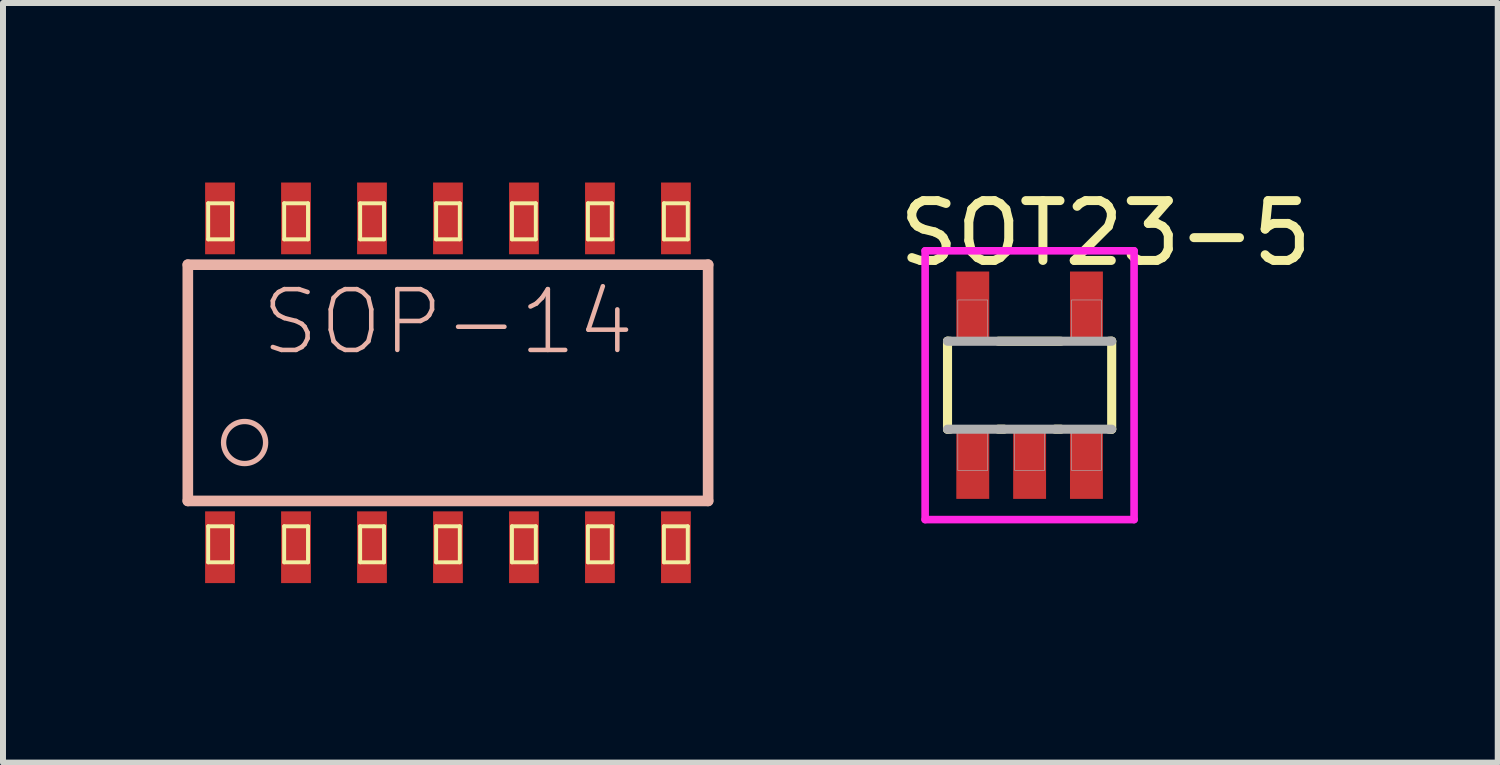
<source format=kicad_pcb>
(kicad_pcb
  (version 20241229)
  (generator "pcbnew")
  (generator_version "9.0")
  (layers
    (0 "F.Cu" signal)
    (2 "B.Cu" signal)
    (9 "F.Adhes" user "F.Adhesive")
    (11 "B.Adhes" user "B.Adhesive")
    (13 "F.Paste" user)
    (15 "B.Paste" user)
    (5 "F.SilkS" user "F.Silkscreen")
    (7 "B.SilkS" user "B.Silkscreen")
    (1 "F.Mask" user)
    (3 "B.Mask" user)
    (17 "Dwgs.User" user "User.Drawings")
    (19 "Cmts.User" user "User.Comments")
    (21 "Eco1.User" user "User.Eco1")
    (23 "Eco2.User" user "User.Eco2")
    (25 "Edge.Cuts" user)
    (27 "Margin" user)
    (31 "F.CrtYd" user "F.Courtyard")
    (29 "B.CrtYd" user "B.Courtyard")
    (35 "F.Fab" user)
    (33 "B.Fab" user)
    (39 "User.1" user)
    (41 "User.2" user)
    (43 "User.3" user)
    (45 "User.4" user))
  (footprint "SOP-14"
    (layer "F.Cu")
    (at 4.437 3.348)
    (property "Reference" "SOP-14" (at 0 -1.016 180) (layer "B.SilkS") (effects (font (size 1.016 1.016) (thickness 0.076))))
    (attr smd)
    (fp_line (start -4.008 -3) (end -3.609 -3) (stroke (width 0.066) (type solid)) (layer "F.SilkS"))
    (fp_line (start -4.008 -2.398) (end -4.008 -3) (stroke (width 0.066) (type solid)) (layer "F.SilkS"))
    (fp_line (start -4.008 -2.398) (end -3.609 -2.398) (stroke (width 0.066) (type solid)) (layer "F.SilkS"))
    (fp_line (start -4.008 2.398) (end -3.609 2.398) (stroke (width 0.066) (type solid)) (layer "F.SilkS"))
    (fp_line (start -4.008 3) (end -4.008 2.398) (stroke (width 0.066) (type solid)) (layer "F.SilkS"))
    (fp_line (start -4.008 3) (end -3.609 3) (stroke (width 0.066) (type solid)) (layer "F.SilkS"))
    (fp_line (start -3.609 -2.398) (end -3.609 -3) (stroke (width 0.066) (type solid)) (layer "F.SilkS"))
    (fp_line (start -3.609 3) (end -3.609 2.398) (stroke (width 0.066) (type solid)) (layer "F.SilkS"))
    (fp_line (start -2.738 -3) (end -2.339 -3) (stroke (width 0.066) (type solid)) (layer "F.SilkS"))
    (fp_line (start -2.738 -2.398) (end -2.738 -3) (stroke (width 0.066) (type solid)) (layer "F.SilkS"))
    (fp_line (start -2.738 -2.398) (end -2.339 -2.398) (stroke (width 0.066) (type solid)) (layer "F.SilkS"))
    (fp_line (start -2.738 2.398) (end -2.339 2.398) (stroke (width 0.066) (type solid)) (layer "F.SilkS"))
    (fp_line (start -2.738 3) (end -2.738 2.398) (stroke (width 0.066) (type solid)) (layer "F.SilkS"))
    (fp_line (start -2.738 3) (end -2.339 3) (stroke (width 0.066) (type solid)) (layer "F.SilkS"))
    (fp_line (start -2.339 -2.398) (end -2.339 -3) (stroke (width 0.066) (type solid)) (layer "F.SilkS"))
    (fp_line (start -2.339 3) (end -2.339 2.398) (stroke (width 0.066) (type solid)) (layer "F.SilkS"))
    (fp_line (start -1.468 -3) (end -1.069 -3) (stroke (width 0.066) (type solid)) (layer "F.SilkS"))
    (fp_line (start -1.468 -2.398) (end -1.468 -3) (stroke (width 0.066) (type solid)) (layer "F.SilkS"))
    (fp_line (start -1.468 -2.398) (end -1.069 -2.398) (stroke (width 0.066) (type solid)) (layer "F.SilkS"))
    (fp_line (start -1.468 2.398) (end -1.069 2.398) (stroke (width 0.066) (type solid)) (layer "F.SilkS"))
    (fp_line (start -1.468 3) (end -1.468 2.398) (stroke (width 0.066) (type solid)) (layer "F.SilkS"))
    (fp_line (start -1.468 3) (end -1.069 3) (stroke (width 0.066) (type solid)) (layer "F.SilkS"))
    (fp_line (start -1.069 -2.398) (end -1.069 -3) (stroke (width 0.066) (type solid)) (layer "F.SilkS"))
    (fp_line (start -1.069 3) (end -1.069 2.398) (stroke (width 0.066) (type solid)) (layer "F.SilkS"))
    (fp_line (start -0.198 -3) (end 0.198 -3) (stroke (width 0.066) (type solid)) (layer "F.SilkS"))
    (fp_line (start -0.198 -2.398) (end -0.198 -3) (stroke (width 0.066) (type solid)) (layer "F.SilkS"))
    (fp_line (start -0.198 -2.398) (end 0.198 -2.398) (stroke (width 0.066) (type solid)) (layer "F.SilkS"))
    (fp_line (start -0.198 2.398) (end 0.198 2.398) (stroke (width 0.066) (type solid)) (layer "F.SilkS"))
    (fp_line (start -0.198 3) (end -0.198 2.398) (stroke (width 0.066) (type solid)) (layer "F.SilkS"))
    (fp_line (start -0.198 3) (end 0.198 3) (stroke (width 0.066) (type solid)) (layer "F.SilkS"))
    (fp_line (start 0.198 -2.398) (end 0.198 -3) (stroke (width 0.066) (type solid)) (layer "F.SilkS"))
    (fp_line (start 0.198 3) (end 0.198 2.398) (stroke (width 0.066) (type solid)) (layer "F.SilkS"))
    (fp_line (start 1.069 -3) (end 1.468 -3) (stroke (width 0.066) (type solid)) (layer "F.SilkS"))
    (fp_line (start 1.069 -2.398) (end 1.069 -3) (stroke (width 0.066) (type solid)) (layer "F.SilkS"))
    (fp_line (start 1.069 -2.398) (end 1.468 -2.398) (stroke (width 0.066) (type solid)) (layer "F.SilkS"))
    (fp_line (start 1.069 2.398) (end 1.468 2.398) (stroke (width 0.066) (type solid)) (layer "F.SilkS"))
    (fp_line (start 1.069 3) (end 1.069 2.398) (stroke (width 0.066) (type solid)) (layer "F.SilkS"))
    (fp_line (start 1.069 3) (end 1.468 3) (stroke (width 0.066) (type solid)) (layer "F.SilkS"))
    (fp_line (start 1.468 -2.398) (end 1.468 -3) (stroke (width 0.066) (type solid)) (layer "F.SilkS"))
    (fp_line (start 1.468 3) (end 1.468 2.398) (stroke (width 0.066) (type solid)) (layer "F.SilkS"))
    (fp_line (start 2.339 -3) (end 2.738 -3) (stroke (width 0.066) (type solid)) (layer "F.SilkS"))
    (fp_line (start 2.339 -2.398) (end 2.339 -3) (stroke (width 0.066) (type solid)) (layer "F.SilkS"))
    (fp_line (start 2.339 -2.398) (end 2.738 -2.398) (stroke (width 0.066) (type solid)) (layer "F.SilkS"))
    (fp_line (start 2.339 2.398) (end 2.738 2.398) (stroke (width 0.066) (type solid)) (layer "F.SilkS"))
    (fp_line (start 2.339 3) (end 2.339 2.398) (stroke (width 0.066) (type solid)) (layer "F.SilkS"))
    (fp_line (start 2.339 3) (end 2.738 3) (stroke (width 0.066) (type solid)) (layer "F.SilkS"))
    (fp_line (start 2.738 -2.398) (end 2.738 -3) (stroke (width 0.066) (type solid)) (layer "F.SilkS"))
    (fp_line (start 2.738 3) (end 2.738 2.398) (stroke (width 0.066) (type solid)) (layer "F.SilkS"))
    (fp_line (start 3.609 -3) (end 4.008 -3) (stroke (width 0.066) (type solid)) (layer "F.SilkS"))
    (fp_line (start 3.609 -2.398) (end 3.609 -3) (stroke (width 0.066) (type solid)) (layer "F.SilkS"))
    (fp_line (start 3.609 -2.398) (end 4.008 -2.398) (stroke (width 0.066) (type solid)) (layer "F.SilkS"))
    (fp_line (start 3.609 2.398) (end 4.008 2.398) (stroke (width 0.066) (type solid)) (layer "F.SilkS"))
    (fp_line (start 3.609 3) (end 3.609 2.398) (stroke (width 0.066) (type solid)) (layer "F.SilkS"))
    (fp_line (start 3.609 3) (end 4.008 3) (stroke (width 0.066) (type solid)) (layer "F.SilkS"))
    (fp_line (start 4.008 -2.398) (end 4.008 -3) (stroke (width 0.066) (type solid)) (layer "F.SilkS"))
    (fp_line (start 4.008 3) (end 4.008 2.398) (stroke (width 0.066) (type solid)) (layer "F.SilkS"))
    (fp_line (start -4.348 -1.974) (end 4.348 -1.974) (stroke (width 0.178) (type solid)) (layer "B.SilkS"))
    (fp_line (start -4.348 1.974) (end -4.348 -1.974) (stroke (width 0.178) (type solid)) (layer "B.SilkS"))
    (fp_line (start 4.348 -1.974) (end 4.348 1.974) (stroke (width 0.178) (type solid)) (layer "B.SilkS"))
    (fp_line (start 4.348 1.974) (end -4.348 1.974) (stroke (width 0.178) (type solid)) (layer "B.SilkS"))
    (fp_circle (center -3.399 0.998) (end -3.647 1.247) (stroke (width 0.089) (type solid)) (fill no) (layer "B.SilkS"))
    (pad "1" smd rect (at -3.81 2.748 180) (size 0.498 1.199) (layers "F.Cu" "F.Mask" "F.Paste"))
    (pad "2" smd rect (at -2.54 2.748 180) (size 0.498 1.199) (layers "F.Cu" "F.Mask" "F.Paste"))
    (pad "3" smd rect (at -1.27 2.748 180) (size 0.498 1.199) (layers "F.Cu" "F.Mask" "F.Paste"))
    (pad "4" smd rect (at 0 2.748 180) (size 0.498 1.199) (layers "F.Cu" "F.Mask" "F.Paste"))
    (pad "5" smd rect (at 1.27 2.748 180) (size 0.498 1.199) (layers "F.Cu" "F.Mask" "F.Paste"))
    (pad "6" smd rect (at 2.54 2.748 180) (size 0.498 1.199) (layers "F.Cu" "F.Mask" "F.Paste"))
    (pad "7" smd rect (at 3.81 2.748 180) (size 0.498 1.199) (layers "F.Cu" "F.Mask" "F.Paste"))
    (pad "8" smd rect (at 3.81 -2.748) (size 0.498 1.199) (layers "F.Cu" "F.Mask" "F.Paste"))
    (pad "9" smd rect (at 2.54 -2.748) (size 0.498 1.199) (layers "F.Cu" "F.Mask" "F.Paste"))
    (pad "10" smd rect (at 1.27 -2.748) (size 0.498 1.199) (layers "F.Cu" "F.Mask" "F.Paste"))
    (pad "11" smd rect (at 0 -2.748) (size 0.498 1.199) (layers "F.Cu" "F.Mask" "F.Paste"))
    (pad "12" smd rect (at -1.27 -2.748) (size 0.498 1.199) (layers "F.Cu" "F.Mask" "F.Paste"))
    (pad "13" smd rect (at -2.54 -2.748) (size 0.498 1.199) (layers "F.Cu" "F.Mask" "F.Paste"))
    (pad "14" smd rect (at -3.81 -2.748) (size 0.498 1.199) (layers "F.Cu" "F.Mask" "F.Paste")))
  (footprint "SOT23-5"
    (layer "F.Cu")
    (at 14.158 3.388)
    (property "Reference" "SOT23-5" (at 1.27 -2.54 0) (layer "F.SilkS") (effects (font (size 1 1) (thickness 0.15))))
    (attr through_hole)
    (fp_line (start -1.372 -0.735) (end -1.328 -0.735) (stroke (width 0.152) (type solid)) (layer "F.SilkS"))
    (fp_line (start -1.372 0.735) (end -1.372 -0.735) (stroke (width 0.152) (type solid)) (layer "F.SilkS"))
    (fp_line (start -1.328 0.735) (end -1.372 0.735) (stroke (width 0.152) (type solid)) (layer "F.SilkS"))
    (fp_line (start -0.522 -0.735) (end 0.522 -0.735) (stroke (width 0.152) (type solid)) (layer "F.SilkS"))
    (fp_line (start -0.428 0.735) (end -0.522 0.735) (stroke (width 0.152) (type solid)) (layer "F.SilkS"))
    (fp_line (start 0.522 0.735) (end 0.428 0.735) (stroke (width 0.152) (type solid)) (layer "F.SilkS"))
    (fp_line (start 1.328 -0.735) (end 1.372 -0.735) (stroke (width 0.152) (type solid)) (layer "F.SilkS"))
    (fp_line (start 1.372 -0.735) (end 1.372 0.735) (stroke (width 0.152) (type solid)) (layer "F.SilkS"))
    (fp_line (start 1.372 0.735) (end 1.328 0.735) (stroke (width 0.152) (type solid)) (layer "F.SilkS"))
    (fp_line (start -1.746 -2.246) (end 1.746 -2.246) (stroke (width 0.127) (type solid)) (layer "F.CrtYd"))
    (fp_line (start -1.746 2.246) (end -1.746 -2.246) (stroke (width 0.127) (type solid)) (layer "F.CrtYd"))
    (fp_line (start 1.746 -2.246) (end 1.746 2.246) (stroke (width 0.127) (type solid)) (layer "F.CrtYd"))
    (fp_line (start 1.746 2.246) (end -1.746 2.246) (stroke (width 0.127) (type solid)) (layer "F.CrtYd"))
    (fp_line (start -1.372 -0.735) (end 1.372 -0.735) (stroke (width 0.152) (type solid)) (layer "F.Fab"))
    (fp_line (start 1.372 0.735) (end -1.372 0.735) (stroke (width 0.152) (type solid)) (layer "F.Fab"))
    (fp_poly (pts (xy -1.2 -1.425) (xy -0.7 -1.425) (xy -0.7 -0.775) (xy -1.2 -0.775)) (stroke (width 0.01) (type solid)) (fill no) (layer "F.Fab"))
    (fp_poly (pts (xy -1.2 0.775) (xy -0.7 0.775) (xy -0.7 1.425) (xy -1.2 1.425)) (stroke (width 0.01) (type solid)) (fill no) (layer "F.Fab"))
    (fp_poly (pts (xy -0.25 0.775) (xy 0.25 0.775) (xy 0.25 1.425) (xy -0.25 1.425)) (stroke (width 0.01) (type solid)) (fill no) (layer "F.Fab"))
    (fp_poly (pts (xy 0.7 -1.425) (xy 1.2 -1.425) (xy 1.2 -0.775) (xy 0.7 -0.775)) (stroke (width 0.01) (type solid)) (fill no) (layer "F.Fab"))
    (fp_poly (pts (xy 0.7 0.775) (xy 1.2 0.775) (xy 1.2 1.425) (xy 0.7 1.425)) (stroke (width 0.01) (type solid)) (fill no) (layer "F.Fab"))
    (pad "1" smd rect (at -0.95 1.3) (size 0.55 1.2) (layers "F.Cu" "F.Mask" "F.Paste"))
    (pad "2" smd rect (at 0 1.3) (size 0.55 1.2) (layers "F.Cu" "F.Mask" "F.Paste"))
    (pad "3" smd rect (at 0.95 1.3) (size 0.55 1.2) (layers "F.Cu" "F.Mask" "F.Paste"))
    (pad "4" smd rect (at 0.95 -1.3) (size 0.55 1.2) (layers "F.Cu" "F.Mask" "F.Paste"))
    (pad "5" smd rect (at -0.95 -1.3) (size 0.55 1.2) (layers "F.Cu" "F.Mask" "F.Paste")))
  (gr_rect
    (start -3 -3)
    (end 21.982 9.695)
    (stroke (width 0.1) (type default))
    (fill no)
    (layer "Edge.Cuts")))
</source>
